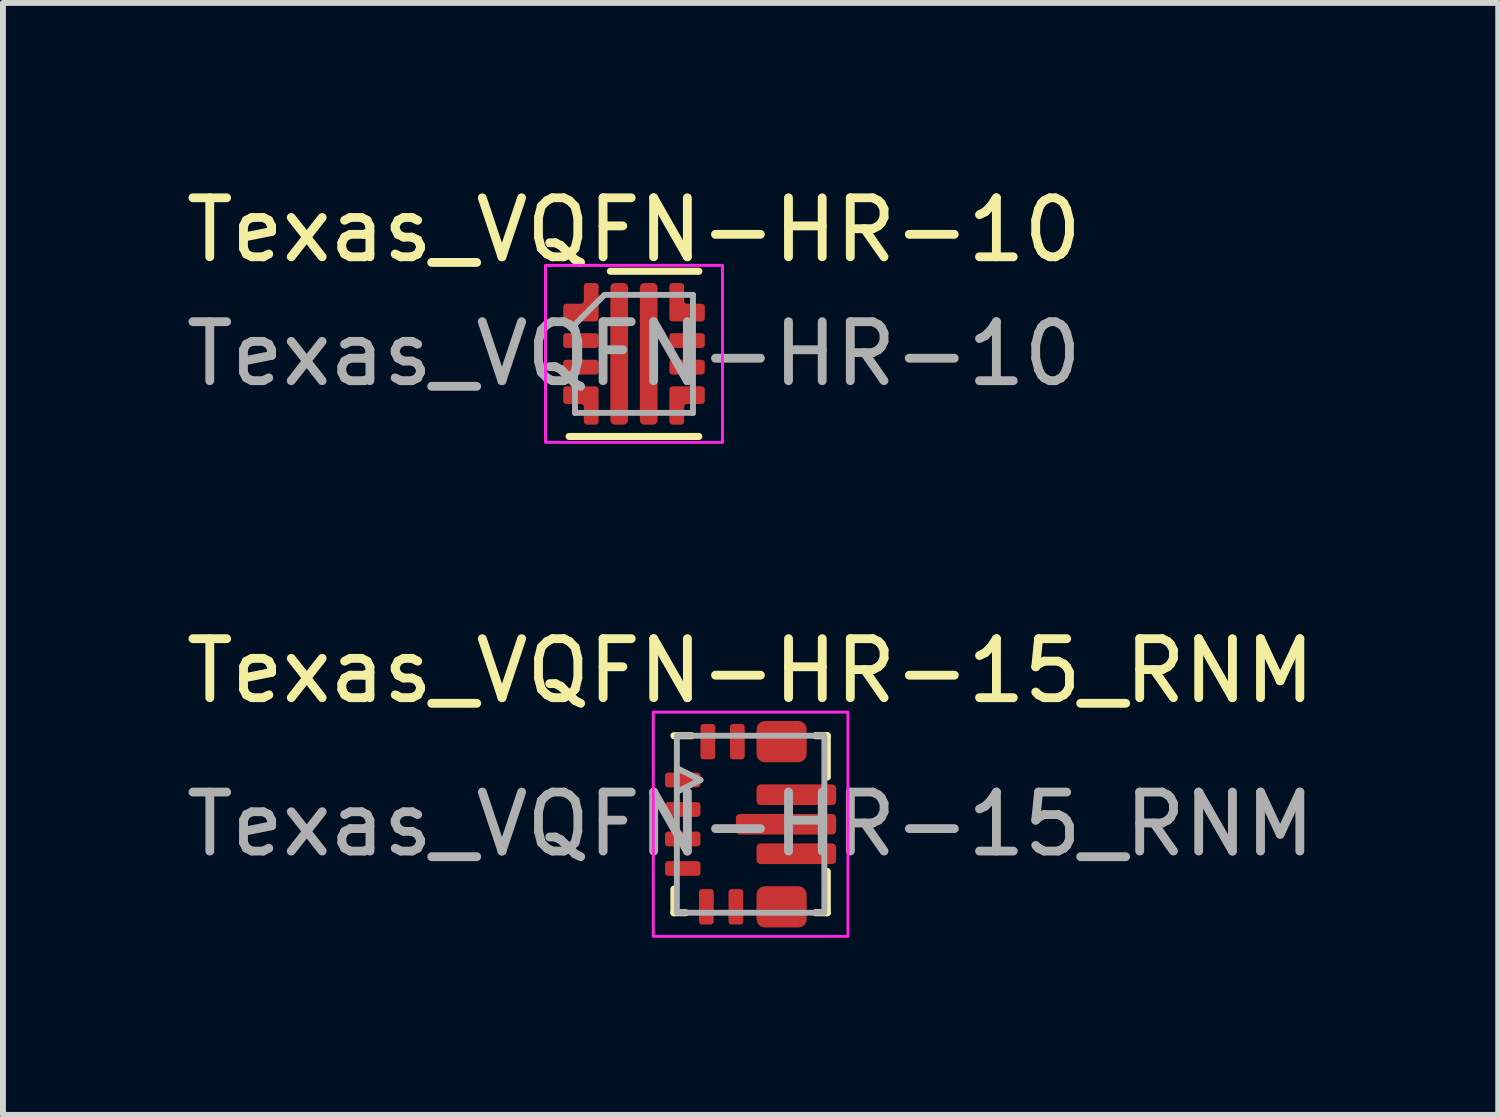
<source format=kicad_pcb>
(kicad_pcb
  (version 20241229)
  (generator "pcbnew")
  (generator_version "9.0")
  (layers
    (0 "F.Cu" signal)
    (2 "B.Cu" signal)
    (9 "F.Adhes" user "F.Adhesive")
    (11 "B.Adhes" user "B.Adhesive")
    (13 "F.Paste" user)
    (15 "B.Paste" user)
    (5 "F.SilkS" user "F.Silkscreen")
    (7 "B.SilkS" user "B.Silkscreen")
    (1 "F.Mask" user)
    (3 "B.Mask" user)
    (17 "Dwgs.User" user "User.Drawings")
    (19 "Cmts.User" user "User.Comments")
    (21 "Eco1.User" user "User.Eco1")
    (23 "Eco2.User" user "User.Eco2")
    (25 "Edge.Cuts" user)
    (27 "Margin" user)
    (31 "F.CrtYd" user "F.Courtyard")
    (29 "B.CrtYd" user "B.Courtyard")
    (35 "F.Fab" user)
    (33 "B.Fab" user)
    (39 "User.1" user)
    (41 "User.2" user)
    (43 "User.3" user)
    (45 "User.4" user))
  (footprint "Texas_VQFN-HR-10"
    (layer "F.Cu")
    (at 7.696 2.948)
    (property "Reference" "Texas_VQFN-HR-10" (at 0 -2.1 0) (unlocked yes) (layer "F.SilkS") (effects (font (size 1 1) (thickness 0.15))))
    (attr smd)
    (fp_line (start -0.4 -1.4) (end 1.1 -1.4) (stroke (width 0.12) (type default)) (layer "F.SilkS"))
    (fp_line (start 1.1 1.4) (end -1.1 1.4) (stroke (width 0.12) (type default)) (layer "F.SilkS"))
    (fp_rect (start -1.5 -1.5) (end 1.5 1.5) (stroke (width 0.05) (type default)) (fill no) (layer "F.CrtYd"))
    (fp_line (start -1 -0.5) (end -0.5 -1) (stroke (width 0.1) (type default)) (layer "F.Fab"))
    (fp_line (start -1 1) (end -1 -0.5) (stroke (width 0.1) (type default)) (layer "F.Fab"))
    (fp_line (start -0.5 -1) (end 1 -1) (stroke (width 0.1) (type default)) (layer "F.Fab"))
    (fp_line (start 1 -1) (end 1 1) (stroke (width 0.1) (type default)) (layer "F.Fab"))
    (fp_line (start 1 1) (end -1 1) (stroke (width 0.1) (type default)) (layer "F.Fab"))
    (fp_text user "${REFERENCE}" (at 0 0 0) (unlocked yes) (layer "F.Fab") (effects (font (size 1 1) (thickness 0.15))))
    (pad "" smd roundrect (at -0.25 -0.65) (size 0.28 1.06) (layers "F.Paste") (roundrect_rratio 0.25))
    (pad "" smd roundrect (at -0.25 0.65) (size 0.28 1.06) (layers "F.Paste") (roundrect_rratio 0.25))
    (pad "" smd roundrect (at 0.25 -0.65) (size 0.28 1.06) (layers "F.Paste") (roundrect_rratio 0.25))
    (pad "" smd roundrect (at 0.25 0.65) (size 0.28 1.06) (layers "F.Paste") (roundrect_rratio 0.25))
    (pad "1" smd custom (at -0.725 -0.7) (size 0.1 0.1) (layers "F.Cu" "F.Mask" "F.Paste") (options (anchor circle)) (primitives (gr_poly (pts (xy 0.125 0.1) (xy 0.12 0.12) (xy 0.11 0.135) (xy 0.095 0.145) (xy 0.075 0.15) (xy -0.425 0.15) (xy -0.445 0.145) (xy -0.46 0.135) (xy -0.47 0.12) (xy -0.475 0.1) (xy -0.475 -0.1) (xy -0.47 -0.12) (xy -0.46 -0.135) (xy -0.445 -0.145) (xy -0.425 -0.15) (xy -0.175 -0.15) (xy -0.15 -0.155) (xy -0.14 -0.165) (xy -0.13 -0.175) (xy -0.125 -0.2) (xy -0.125 -0.45) (xy -0.12 -0.47) (xy -0.11 -0.485) (xy -0.095 -0.495) (xy -0.075 -0.5) (xy 0.075 -0.5) (xy 0.095 -0.495) (xy 0.11 -0.485) (xy 0.12 -0.47) (xy 0.125 -0.45)) (width 0) (fill yes))))
    (pad "2" smd roundrect (at -0.9 -0.225) (size 0.6 0.25) (layers "F.Cu" "F.Mask" "F.Paste") (roundrect_rratio 0.2))
    (pad "3" smd roundrect (at -0.9 0.225) (size 0.6 0.25) (layers "F.Cu" "F.Mask" "F.Paste") (roundrect_rratio 0.2))
    (pad "4" smd custom (at -0.725 0.7) (size 0.1 0.1) (layers "F.Cu" "F.Mask" "F.Paste") (options (anchor circle)) (primitives (gr_poly (pts (xy 0.125 -0.1) (xy 0.12 -0.12) (xy 0.11 -0.135) (xy 0.095 -0.145) (xy 0.075 -0.15) (xy -0.425 -0.15) (xy -0.445 -0.145) (xy -0.46 -0.135) (xy -0.47 -0.12) (xy -0.475 -0.1) (xy -0.475 0.1) (xy -0.47 0.12) (xy -0.46 0.135) (xy -0.445 0.145) (xy -0.425 0.15) (xy -0.175 0.15) (xy -0.15 0.155) (xy -0.14 0.165) (xy -0.13 0.175) (xy -0.125 0.2) (xy -0.125 0.45) (xy -0.12 0.47) (xy -0.11 0.485) (xy -0.095 0.495) (xy -0.075 0.5) (xy 0.075 0.5) (xy 0.095 0.495) (xy 0.11 0.485) (xy 0.12 0.47) (xy 0.125 0.45)) (width 0) (fill yes))))
    (pad "5" smd roundrect (at -0.25 0) (size 0.3 2.4) (layers "F.Cu" "F.Mask") (roundrect_rratio 0.25))
    (pad "6" smd roundrect (at 0.25 0) (size 0.3 2.4) (layers "F.Cu" "F.Mask") (roundrect_rratio 0.25))
    (pad "7" smd custom (at 0.725 0.7) (size 0.1 0.1) (layers "F.Cu" "F.Mask" "F.Paste") (options (anchor circle)) (primitives (gr_poly (pts (xy -0.125 -0.1) (xy -0.12 -0.12) (xy -0.11 -0.135) (xy -0.095 -0.145) (xy -0.075 -0.15) (xy 0.425 -0.15) (xy 0.445 -0.145) (xy 0.46 -0.135) (xy 0.47 -0.12) (xy 0.475 -0.1) (xy 0.475 0.1) (xy 0.47 0.12) (xy 0.46 0.135) (xy 0.445 0.145) (xy 0.425 0.15) (xy 0.175 0.15) (xy 0.15 0.155) (xy 0.14 0.165) (xy 0.13 0.175) (xy 0.125 0.2) (xy 0.125 0.45) (xy 0.12 0.47) (xy 0.11 0.485) (xy 0.095 0.495) (xy 0.075 0.5) (xy -0.075 0.5) (xy -0.095 0.495) (xy -0.11 0.485) (xy -0.12 0.47) (xy -0.125 0.45)) (width 0) (fill yes))))
    (pad "8" smd roundrect (at 0.9 0.225) (size 0.6 0.25) (layers "F.Cu" "F.Mask" "F.Paste") (roundrect_rratio 0.2))
    (pad "9" smd roundrect (at 0.9 -0.225) (size 0.6 0.25) (layers "F.Cu" "F.Mask" "F.Paste") (roundrect_rratio 0.2))
    (pad "10" smd custom (at 0.725 -0.7) (size 0.1 0.1) (layers "F.Cu" "F.Mask" "F.Paste") (options (anchor circle)) (primitives (gr_poly (pts (xy -0.125 0.1) (xy -0.12 0.12) (xy -0.11 0.135) (xy -0.095 0.145) (xy -0.075 0.15) (xy 0.425 0.15) (xy 0.445 0.145) (xy 0.46 0.135) (xy 0.47 0.12) (xy 0.475 0.1) (xy 0.475 -0.1) (xy 0.47 -0.12) (xy 0.46 -0.135) (xy 0.445 -0.145) (xy 0.425 -0.15) (xy 0.175 -0.15) (xy 0.15 -0.155) (xy 0.14 -0.165) (xy 0.13 -0.175) (xy 0.125 -0.2) (xy 0.125 -0.45) (xy 0.12 -0.47) (xy 0.11 -0.485) (xy 0.095 -0.495) (xy 0.075 -0.5) (xy -0.075 -0.5) (xy -0.095 -0.495) (xy -0.11 -0.485) (xy -0.12 -0.47) (xy -0.125 -0.45)) (width 0) (fill yes)))))
  (footprint "Texas_VQFN-HR-15_RNM"
    (layer "F.Cu")
    (at 9.673 10.921)
    (property "Reference" "Texas_VQFN-HR-15_RNM" (at 0 -2.6 0) (unlocked yes) (layer "F.SilkS") (effects (font (size 1 1) (thickness 0.15))))
    (attr smd)
    (fp_line (start -1.3 1.5) (end -1.3 1.1) (stroke (width 0.12) (type default)) (layer "F.SilkS"))
    (fp_line (start -1.1 1.5) (end -1.3 1.5) (stroke (width 0.12) (type default)) (layer "F.SilkS"))
    (fp_line (start -1 -1.5) (end -1.3 -1.5) (stroke (width 0.12) (type default)) (layer "F.SilkS"))
    (fp_line (start 1.1 -1.5) (end 1.3 -1.5) (stroke (width 0.12) (type default)) (layer "F.SilkS"))
    (fp_line (start 1.3 -1.5) (end 1.3 -0.8) (stroke (width 0.12) (type default)) (layer "F.SilkS"))
    (fp_line (start 1.3 0.8) (end 1.3 1.5) (stroke (width 0.12) (type default)) (layer "F.SilkS"))
    (fp_line (start 1.3 1.5) (end 1.1 1.5) (stroke (width 0.12) (type default)) (layer "F.SilkS"))
    (fp_rect (start -1.65 -1.9) (end 1.65 1.9) (stroke (width 0.05) (type default)) (fill no) (layer "F.CrtYd"))
    (fp_line (start -1.25 -0.95) (end -0.85 -0.75) (stroke (width 0.1) (type default)) (layer "F.Fab"))
    (fp_line (start -0.85 -0.75) (end -1.25 -0.55) (stroke (width 0.1) (type default)) (layer "F.Fab"))
    (fp_rect (start -1.25 -1.5) (end 1.25 1.5) (stroke (width 0.1) (type default)) (fill no) (layer "F.Fab"))
    (fp_text user "${REFERENCE}" (at 0 0 0) (unlocked yes) (layer "F.Fab") (effects (font (size 1 1) (thickness 0.15))))
    (pad "" smd custom (at 0.525 -1.2 270) (size 0.1 0.1) (layers "F.Mask" "F.Paste") (options (anchor circle)) (primitives (gr_poly (pts (xy -0.05 -0.355) (xy -0.048 -0.363) (xy -0.044 -0.369) (xy -0.038 -0.373) (xy -0.03 -0.375) (xy 0.03 -0.375) (xy 0.038 -0.373) (xy 0.044 -0.369) (xy 0.048 -0.363) (xy 0.05 -0.355) (xy 0.05 0.355) (xy 0.048 0.363) (xy 0.044 0.369) (xy 0.038 0.373) (xy 0.03 0.375) (xy -0.03 0.375) (xy -0.038 0.373) (xy -0.044 0.369) (xy -0.048 0.363) (xy -0.05 0.355)) (width 0) (fill yes)) (gr_poly (pts (xy 0.095 -0.345) (xy 0.1 -0.325) (xy 0.1 0.325) (xy 0.095 0.345) (xy 0.085 0.36) (xy 0.07 0.37) (xy 0.05 0.375) (xy -0.45 0.375) (xy -0.47 0.37) (xy -0.485 0.36) (xy -0.495 0.345) (xy -0.5 0.325) (xy -0.5 0.175) (xy -0.495 0.155) (xy -0.485 0.14) (xy -0.47 0.13) (xy -0.45 0.125) (xy -0.15 0.125) (xy -0.15 -0.125) (xy -0.45 -0.125) (xy -0.47 -0.13) (xy -0.485 -0.14) (xy -0.495 -0.155) (xy -0.5 -0.175) (xy -0.5 -0.325) (xy -0.495 -0.345) (xy -0.485 -0.36) (xy -0.47 -0.37) (xy -0.45 -0.375) (xy 0.05 -0.375) (xy 0.07 -0.37) (xy 0.085 -0.36)) (width 0) (fill yes))))
    (pad "" smd custom (at 0.525 1.2 90) (size 0.1 0.1) (layers "F.Mask" "F.Paste") (options (anchor circle)) (primitives (gr_poly (pts (xy -0.05 -0.355) (xy -0.048 -0.363) (xy -0.044 -0.369) (xy -0.038 -0.373) (xy -0.03 -0.375) (xy 0.03 -0.375) (xy 0.038 -0.373) (xy 0.044 -0.369) (xy 0.048 -0.363) (xy 0.05 -0.355) (xy 0.05 0.355) (xy 0.048 0.363) (xy 0.044 0.369) (xy 0.038 0.373) (xy 0.03 0.375) (xy -0.03 0.375) (xy -0.038 0.373) (xy -0.044 0.369) (xy -0.048 0.363) (xy -0.05 0.355)) (width 0) (fill yes)) (gr_poly (pts (xy 0.095 -0.345) (xy 0.1 -0.325) (xy 0.1 0.325) (xy 0.095 0.345) (xy 0.085 0.36) (xy 0.07 0.37) (xy 0.05 0.375) (xy -0.45 0.375) (xy -0.47 0.37) (xy -0.485 0.36) (xy -0.495 0.345) (xy -0.5 0.325) (xy -0.5 0.175) (xy -0.495 0.155) (xy -0.485 0.14) (xy -0.47 0.13) (xy -0.45 0.125) (xy -0.15 0.125) (xy -0.15 -0.125) (xy -0.45 -0.125) (xy -0.47 -0.13) (xy -0.485 -0.14) (xy -0.495 -0.155) (xy -0.5 -0.175) (xy -0.5 -0.325) (xy -0.495 -0.345) (xy -0.485 -0.36) (xy -0.47 -0.37) (xy -0.45 -0.375) (xy 0.05 -0.375) (xy 0.07 -0.37) (xy 0.085 -0.36)) (width 0) (fill yes))))
    (pad "1" smd roundrect (at -1.15 -0.75) (size 0.6 0.25) (layers "F.Cu" "F.Mask" "F.Paste") (roundrect_rratio 0.2))
    (pad "2" smd roundrect (at -1.15 -0.25) (size 0.6 0.25) (layers "F.Cu" "F.Mask" "F.Paste") (roundrect_rratio 0.2))
    (pad "3" smd roundrect (at -1.15 0.25) (size 0.6 0.25) (layers "F.Cu" "F.Mask" "F.Paste") (roundrect_rratio 0.2))
    (pad "4" smd roundrect (at -1.15 0.75) (size 0.6 0.25) (layers "F.Cu" "F.Mask" "F.Paste") (roundrect_rratio 0.2))
    (pad "5" smd roundrect (at -0.75 1.4 90) (size 0.6 0.25) (layers "F.Cu" "F.Mask" "F.Paste") (roundrect_rratio 0.2))
    (pad "6" smd roundrect (at -0.25 1.4 90) (size 0.6 0.25) (layers "F.Cu" "F.Mask" "F.Paste") (roundrect_rratio 0.2))
    (pad "7" smd roundrect (at 0.525 1.4) (size 0.85 0.7) (layers "F.Cu") (roundrect_rratio 0.2))
    (pad "9" smd roundrect (at 0.775 0.5 180) (size 1.35 0.35) (layers "F.Cu" "F.Mask" "F.Paste") (roundrect_rratio 0.2))
    (pad "10" smd roundrect (at 0.6 0 180) (size 1.7 0.35) (layers "F.Cu" "F.Mask" "F.Paste") (roundrect_rratio 0.2))
    (pad "11" smd roundrect (at 0.775 -0.5 180) (size 1.35 0.35) (layers "F.Cu" "F.Mask" "F.Paste") (roundrect_rratio 0.2))
    (pad "12" smd roundrect (at 0.525 -1.4) (size 0.85 0.7) (layers "F.Cu") (roundrect_rratio 0.2))
    (pad "14" smd roundrect (at -0.225 -1.4 270) (size 0.6 0.25) (layers "F.Cu" "F.Mask" "F.Paste") (roundrect_rratio 0.2))
    (pad "15" smd roundrect (at -0.725 -1.4 270) (size 0.6 0.25) (layers "F.Cu" "F.Mask" "F.Paste") (roundrect_rratio 0.2)))
  (gr_rect
    (start -3 -3)
    (end 22.345 15.847)
    (stroke (width 0.1) (type default))
    (fill no)
    (layer "Edge.Cuts")))
</source>
